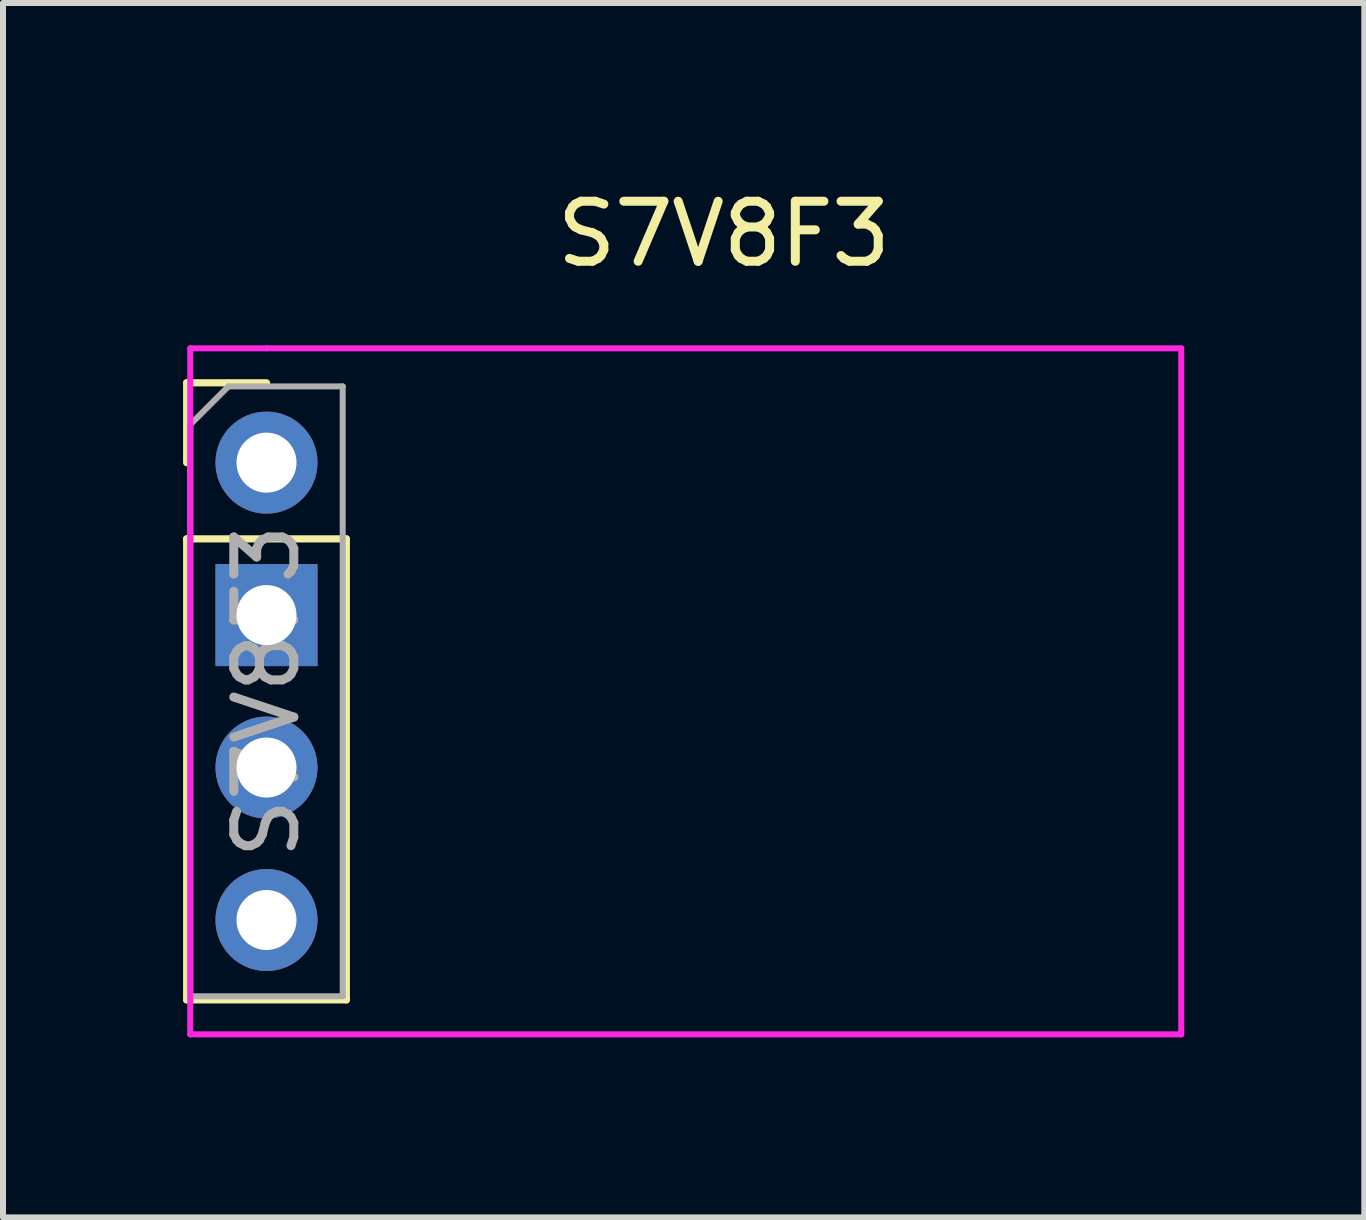
<source format=kicad_pcb>
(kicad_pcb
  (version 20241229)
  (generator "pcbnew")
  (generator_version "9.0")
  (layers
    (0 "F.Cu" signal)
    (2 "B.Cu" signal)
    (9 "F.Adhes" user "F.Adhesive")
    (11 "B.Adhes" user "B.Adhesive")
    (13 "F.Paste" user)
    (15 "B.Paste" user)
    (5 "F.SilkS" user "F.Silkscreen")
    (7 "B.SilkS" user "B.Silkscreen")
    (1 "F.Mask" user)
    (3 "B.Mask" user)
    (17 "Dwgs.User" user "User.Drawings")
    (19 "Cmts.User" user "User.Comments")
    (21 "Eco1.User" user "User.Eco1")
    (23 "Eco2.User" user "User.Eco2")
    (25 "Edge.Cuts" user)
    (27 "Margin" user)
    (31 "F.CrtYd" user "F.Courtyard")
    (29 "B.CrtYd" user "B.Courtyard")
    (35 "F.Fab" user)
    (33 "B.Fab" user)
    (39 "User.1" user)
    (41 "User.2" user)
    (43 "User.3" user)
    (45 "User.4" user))
  (footprint "S7V8F3"
    (layer "F.Cu")
    (at 1.39 4.658)
    (property "Reference" "S7V8F3" (at 7.62 -3.81 0) (layer "F.SilkS") (effects (font (size 1 1) (thickness 0.15))))
    (attr through_hole)
    (fp_line (start -1.33 -1.33) (end 0 -1.33) (stroke (width 0.12) (type solid)) (layer "F.SilkS"))
    (fp_line (start -1.33 0) (end -1.33 -1.33) (stroke (width 0.12) (type solid)) (layer "F.SilkS"))
    (fp_line (start -1.33 1.27) (end -1.33 8.95) (stroke (width 0.12) (type solid)) (layer "F.SilkS"))
    (fp_line (start -1.33 1.27) (end 1.33 1.27) (stroke (width 0.12) (type solid)) (layer "F.SilkS"))
    (fp_line (start -1.33 8.95) (end 1.33 8.95) (stroke (width 0.12) (type solid)) (layer "F.SilkS"))
    (fp_line (start 1.33 1.27) (end 1.33 8.95) (stroke (width 0.12) (type solid)) (layer "F.SilkS"))
    (fp_line (start -1.27 -1.905) (end -1.27 9.525) (stroke (width 0.1) (type solid)) (layer "F.CrtYd"))
    (fp_line (start -1.27 9.525) (end 15.24 9.525) (stroke (width 0.1) (type solid)) (layer "F.CrtYd"))
    (fp_line (start 0 -1.905) (end -1.27 -1.905) (stroke (width 0.1) (type solid)) (layer "F.CrtYd"))
    (fp_line (start 15.24 -1.905) (end 0 -1.905) (stroke (width 0.1) (type solid)) (layer "F.CrtYd"))
    (fp_line (start 15.24 9.525) (end 15.24 -1.905) (stroke (width 0.1) (type solid)) (layer "F.CrtYd"))
    (fp_line (start -1.27 -0.635) (end -0.635 -1.27) (stroke (width 0.1) (type solid)) (layer "F.Fab"))
    (fp_line (start -1.27 8.89) (end -1.27 -0.635) (stroke (width 0.1) (type solid)) (layer "F.Fab"))
    (fp_line (start -0.635 -1.27) (end 1.27 -1.27) (stroke (width 0.1) (type solid)) (layer "F.Fab"))
    (fp_line (start 1.27 -1.27) (end 1.27 8.89) (stroke (width 0.1) (type solid)) (layer "F.Fab"))
    (fp_line (start 1.27 8.89) (end -1.27 8.89) (stroke (width 0.1) (type solid)) (layer "F.Fab"))
    (fp_text user "${REFERENCE}" (at 0 3.81 90) (layer "F.Fab") (effects (font (size 1 1) (thickness 0.15))))
    (pad "1" thru_hole oval (at 0 0) (size 1.7 1.7) (drill 1) (layers "*.Cu" "*.Mask"))
    (pad "2" thru_hole rect (at 0 2.54) (size 1.7 1.7) (drill 1) (layers "*.Cu" "*.Mask"))
    (pad "3" thru_hole oval (at 0 5.08) (size 1.7 1.7) (drill 1) (layers "*.Cu" "*.Mask"))
    (pad "4" thru_hole oval (at 0 7.62) (size 1.7 1.7) (drill 1) (layers "*.Cu" "*.Mask")))
  (gr_rect
    (start -3 -3)
    (end 19.68 17.233)
    (stroke (width 0.1) (type default))
    (fill no)
    (layer "Edge.Cuts")))
</source>
